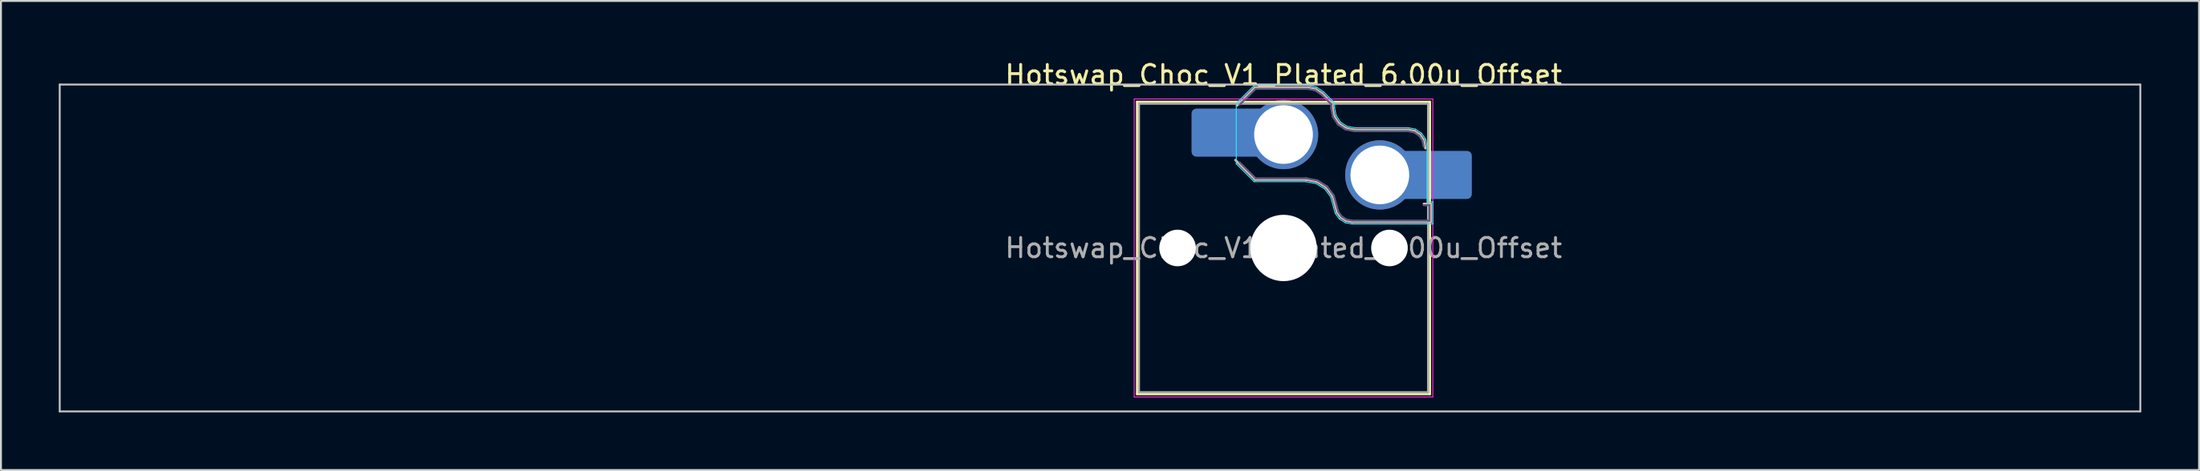
<source format=kicad_pcb>
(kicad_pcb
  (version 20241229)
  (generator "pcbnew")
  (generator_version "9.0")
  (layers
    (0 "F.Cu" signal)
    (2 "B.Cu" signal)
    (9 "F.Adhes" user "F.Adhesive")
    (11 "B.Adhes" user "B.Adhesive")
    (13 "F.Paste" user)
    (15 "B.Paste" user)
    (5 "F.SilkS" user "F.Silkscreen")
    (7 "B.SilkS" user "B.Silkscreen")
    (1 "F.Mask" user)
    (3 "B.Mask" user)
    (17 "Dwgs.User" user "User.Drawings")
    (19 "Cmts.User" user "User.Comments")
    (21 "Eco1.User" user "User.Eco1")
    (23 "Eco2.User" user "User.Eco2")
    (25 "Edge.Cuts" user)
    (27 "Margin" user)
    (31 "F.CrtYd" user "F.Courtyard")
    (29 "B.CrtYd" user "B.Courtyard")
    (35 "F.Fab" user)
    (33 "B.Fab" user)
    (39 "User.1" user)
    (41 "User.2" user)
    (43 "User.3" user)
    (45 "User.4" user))
  (footprint "Hotswap_Choc_V1_Plated_6.00u_Offset"
    (layer "F.Cu")
    (at 63.575 9.848)
    (property "Reference" "Hotswap_Choc_V1_Plated_6.00u_Offset" (at 0 -9 0) (layer "F.SilkS") (effects (font (size 1 1) (thickness 0.15))))
    (attr smd allow_soldermask_bridges)
    (fp_line (start -7.6 -7.6) (end -7.6 7.6) (stroke (width 0.12) (type solid)) (layer "F.SilkS"))
    (fp_line (start -7.6 7.6) (end 7.6 7.6) (stroke (width 0.12) (type solid)) (layer "F.SilkS"))
    (fp_line (start 7.6 -7.6) (end -7.6 -7.6) (stroke (width 0.12) (type solid)) (layer "F.SilkS"))
    (fp_line (start 7.6 7.6) (end 7.6 -7.6) (stroke (width 0.12) (type solid)) (layer "F.SilkS"))
    (fp_line (start -2.416 -7.409) (end -1.479 -8.346) (stroke (width 0.12) (type solid)) (layer "B.SilkS"))
    (fp_line (start -1.479 -8.346) (end 1.268 -8.346) (stroke (width 0.12) (type solid)) (layer "B.SilkS"))
    (fp_line (start -1.479 -3.554) (end -2.5 -4.575) (stroke (width 0.12) (type solid)) (layer "B.SilkS"))
    (fp_line (start 1.168 -3.554) (end -1.479 -3.554) (stroke (width 0.12) (type solid)) (layer "B.SilkS"))
    (fp_line (start 1.268 -8.346) (end 1.671 -8.266) (stroke (width 0.12) (type solid)) (layer "B.SilkS"))
    (fp_line (start 1.671 -8.266) (end 2.013 -8.037) (stroke (width 0.12) (type solid)) (layer "B.SilkS"))
    (fp_line (start 1.73 -3.449) (end 1.168 -3.554) (stroke (width 0.12) (type solid)) (layer "B.SilkS"))
    (fp_line (start 2.013 -8.037) (end 2.546 -7.504) (stroke (width 0.12) (type solid)) (layer "B.SilkS"))
    (fp_line (start 2.209 -3.15) (end 1.73 -3.449) (stroke (width 0.12) (type solid)) (layer "B.SilkS"))
    (fp_line (start 2.546 -7.504) (end 2.546 -7.282) (stroke (width 0.12) (type solid)) (layer "B.SilkS"))
    (fp_line (start 2.546 -7.282) (end 2.633 -6.844) (stroke (width 0.12) (type solid)) (layer "B.SilkS"))
    (fp_line (start 2.547 -2.697) (end 2.209 -3.15) (stroke (width 0.12) (type solid)) (layer "B.SilkS"))
    (fp_line (start 2.633 -6.844) (end 2.877 -6.477) (stroke (width 0.12) (type solid)) (layer "B.SilkS"))
    (fp_line (start 2.701 -2.139) (end 2.547 -2.697) (stroke (width 0.12) (type solid)) (layer "B.SilkS"))
    (fp_line (start 2.783 -1.841) (end 2.701 -2.139) (stroke (width 0.12) (type solid)) (layer "B.SilkS"))
    (fp_line (start 2.877 -6.477) (end 3.244 -6.233) (stroke (width 0.12) (type solid)) (layer "B.SilkS"))
    (fp_line (start 2.976 -1.583) (end 2.783 -1.841) (stroke (width 0.12) (type solid)) (layer "B.SilkS"))
    (fp_line (start 3.244 -6.233) (end 3.682 -6.146) (stroke (width 0.12) (type solid)) (layer "B.SilkS"))
    (fp_line (start 3.25 -1.413) (end 2.976 -1.583) (stroke (width 0.12) (type solid)) (layer "B.SilkS"))
    (fp_line (start 3.56 -1.354) (end 3.25 -1.413) (stroke (width 0.12) (type solid)) (layer "B.SilkS"))
    (fp_line (start 3.682 -6.146) (end 6.482 -6.146) (stroke (width 0.12) (type solid)) (layer "B.SilkS"))
    (fp_line (start 6.482 -6.146) (end 6.809 -6.081) (stroke (width 0.12) (type solid)) (layer "B.SilkS"))
    (fp_line (start 6.809 -6.081) (end 7.092 -5.892) (stroke (width 0.12) (type solid)) (layer "B.SilkS"))
    (fp_line (start 7.092 -5.892) (end 7.281 -5.609) (stroke (width 0.12) (type solid)) (layer "B.SilkS"))
    (fp_line (start 7.281 -5.609) (end 7.366 -5.182) (stroke (width 0.12) (type solid)) (layer "B.SilkS"))
    (fp_line (start 7.283 -2.296) (end 7.646 -2.296) (stroke (width 0.12) (type solid)) (layer "B.SilkS"))
    (fp_line (start 7.646 -2.296) (end 7.646 -1.354) (stroke (width 0.12) (type solid)) (layer "B.SilkS"))
    (fp_line (start 7.646 -1.354) (end 3.56 -1.354) (stroke (width 0.12) (type solid)) (layer "B.SilkS"))
    (fp_line (start -63.525 -8.5) (end -63.525 8.5) (stroke (width 0.1) (type solid)) (layer "Dwgs.User"))
    (fp_line (start -63.525 8.5) (end 44.475 8.5) (stroke (width 0.1) (type solid)) (layer "Dwgs.User"))
    (fp_line (start 44.475 -8.5) (end -63.525 -8.5) (stroke (width 0.1) (type solid)) (layer "Dwgs.User"))
    (fp_line (start 44.475 8.5) (end 44.475 -8.5) (stroke (width 0.1) (type solid)) (layer "Dwgs.User"))
    (fp_line (start -7.25 -7.25) (end -7.25 7.25) (stroke (width 0.1) (type solid)) (layer "Eco1.User"))
    (fp_line (start -7.25 7.25) (end 7.25 7.25) (stroke (width 0.1) (type solid)) (layer "Eco1.User"))
    (fp_line (start 7.25 -7.25) (end -7.25 -7.25) (stroke (width 0.1) (type solid)) (layer "Eco1.User"))
    (fp_line (start 7.25 7.25) (end 7.25 -7.25) (stroke (width 0.1) (type solid)) (layer "Eco1.User"))
    (fp_line (start -2.452 -7.523) (end -1.523 -8.452) (stroke (width 0.05) (type solid)) (layer "B.CrtYd"))
    (fp_line (start -2.452 -4.377) (end -2.452 -7.523) (stroke (width 0.05) (type solid)) (layer "B.CrtYd"))
    (fp_line (start -1.523 -8.452) (end 1.278 -8.452) (stroke (width 0.05) (type solid)) (layer "B.CrtYd"))
    (fp_line (start -1.523 -3.448) (end -2.452 -4.377) (stroke (width 0.05) (type solid)) (layer "B.CrtYd"))
    (fp_line (start 1.159 -3.448) (end -1.523 -3.448) (stroke (width 0.05) (type solid)) (layer "B.CrtYd"))
    (fp_line (start 1.278 -8.452) (end 1.712 -8.366) (stroke (width 0.05) (type solid)) (layer "B.CrtYd"))
    (fp_line (start 1.691 -3.348) (end 1.159 -3.448) (stroke (width 0.05) (type solid)) (layer "B.CrtYd"))
    (fp_line (start 1.712 -8.366) (end 2.081 -8.119) (stroke (width 0.05) (type solid)) (layer "B.CrtYd"))
    (fp_line (start 2.081 -8.119) (end 2.652 -7.548) (stroke (width 0.05) (type solid)) (layer "B.CrtYd"))
    (fp_line (start 2.136 -3.071) (end 1.691 -3.348) (stroke (width 0.05) (type solid)) (layer "B.CrtYd"))
    (fp_line (start 2.45 -2.65) (end 2.136 -3.071) (stroke (width 0.05) (type solid)) (layer "B.CrtYd"))
    (fp_line (start 2.599 -2.111) (end 2.45 -2.65) (stroke (width 0.05) (type solid)) (layer "B.CrtYd"))
    (fp_line (start 2.652 -7.548) (end 2.652 -7.292) (stroke (width 0.05) (type solid)) (layer "B.CrtYd"))
    (fp_line (start 2.652 -7.292) (end 2.733 -6.885) (stroke (width 0.05) (type solid)) (layer "B.CrtYd"))
    (fp_line (start 2.687 -1.794) (end 2.599 -2.111) (stroke (width 0.05) (type solid)) (layer "B.CrtYd"))
    (fp_line (start 2.733 -6.885) (end 2.953 -6.553) (stroke (width 0.05) (type solid)) (layer "B.CrtYd"))
    (fp_line (start 2.903 -1.503) (end 2.687 -1.794) (stroke (width 0.05) (type solid)) (layer "B.CrtYd"))
    (fp_line (start 2.953 -6.553) (end 3.285 -6.333) (stroke (width 0.05) (type solid)) (layer "B.CrtYd"))
    (fp_line (start 3.211 -1.312) (end 2.903 -1.503) (stroke (width 0.05) (type solid)) (layer "B.CrtYd"))
    (fp_line (start 3.285 -6.333) (end 3.692 -6.252) (stroke (width 0.05) (type solid)) (layer "B.CrtYd"))
    (fp_line (start 3.55 -1.248) (end 3.211 -1.312) (stroke (width 0.05) (type solid)) (layer "B.CrtYd"))
    (fp_line (start 3.692 -6.252) (end 6.492 -6.252) (stroke (width 0.05) (type solid)) (layer "B.CrtYd"))
    (fp_line (start 6.492 -6.252) (end 6.85 -6.181) (stroke (width 0.05) (type solid)) (layer "B.CrtYd"))
    (fp_line (start 6.85 -6.181) (end 7.168 -5.968) (stroke (width 0.05) (type solid)) (layer "B.CrtYd"))
    (fp_line (start 7.168 -5.968) (end 7.381 -5.65) (stroke (width 0.05) (type solid)) (layer "B.CrtYd"))
    (fp_line (start 7.381 -5.65) (end 7.452 -5.292) (stroke (width 0.05) (type solid)) (layer "B.CrtYd"))
    (fp_line (start 7.452 -5.292) (end 7.452 -2.402) (stroke (width 0.05) (type solid)) (layer "B.CrtYd"))
    (fp_line (start 7.452 -2.402) (end 7.752 -2.402) (stroke (width 0.05) (type solid)) (layer "B.CrtYd"))
    (fp_line (start 7.752 -2.402) (end 7.752 -1.248) (stroke (width 0.05) (type solid)) (layer "B.CrtYd"))
    (fp_line (start 7.752 -1.248) (end 3.55 -1.248) (stroke (width 0.05) (type solid)) (layer "B.CrtYd"))
    (fp_line (start -7.75 -7.75) (end -7.75 7.75) (stroke (width 0.05) (type solid)) (layer "F.CrtYd"))
    (fp_line (start -7.75 7.75) (end 7.75 7.75) (stroke (width 0.05) (type solid)) (layer "F.CrtYd"))
    (fp_line (start 7.75 -7.75) (end -7.75 -7.75) (stroke (width 0.05) (type solid)) (layer "F.CrtYd"))
    (fp_line (start 7.75 7.75) (end 7.75 -7.75) (stroke (width 0.05) (type solid)) (layer "F.CrtYd"))
    (fp_line (start -2.275 -7.45) (end -1.45 -8.275) (stroke (width 0.1) (type solid)) (layer "B.Fab"))
    (fp_line (start -1.45 -8.275) (end 1.261 -8.275) (stroke (width 0.1) (type solid)) (layer "B.Fab"))
    (fp_line (start -1.45 -3.625) (end -2.275 -4.45) (stroke (width 0.1) (type solid)) (layer "B.Fab"))
    (fp_line (start 1.175 -3.625) (end -1.45 -3.625) (stroke (width 0.1) (type solid)) (layer "B.Fab"))
    (fp_line (start 1.261 -8.275) (end 1.643 -8.199) (stroke (width 0.1) (type solid)) (layer "B.Fab"))
    (fp_line (start 1.643 -8.199) (end 1.968 -7.982) (stroke (width 0.1) (type solid)) (layer "B.Fab"))
    (fp_line (start 1.756 -3.516) (end 1.175 -3.625) (stroke (width 0.1) (type solid)) (layer "B.Fab"))
    (fp_line (start 1.968 -7.982) (end 2.475 -7.475) (stroke (width 0.1) (type solid)) (layer "B.Fab"))
    (fp_line (start 2.258 -3.203) (end 1.756 -3.516) (stroke (width 0.1) (type solid)) (layer "B.Fab"))
    (fp_line (start 2.475 -7.475) (end 2.475 -7.275) (stroke (width 0.1) (type solid)) (layer "B.Fab"))
    (fp_line (start 2.475 -7.275) (end 2.566 -6.816) (stroke (width 0.1) (type solid)) (layer "B.Fab"))
    (fp_line (start 2.566 -6.816) (end 2.826 -6.426) (stroke (width 0.1) (type solid)) (layer "B.Fab"))
    (fp_line (start 2.612 -2.729) (end 2.258 -3.203) (stroke (width 0.1) (type solid)) (layer "B.Fab"))
    (fp_line (start 2.769 -2.158) (end 2.612 -2.729) (stroke (width 0.1) (type solid)) (layer "B.Fab"))
    (fp_line (start 2.826 -6.426) (end 3.216 -6.166) (stroke (width 0.1) (type solid)) (layer "B.Fab"))
    (fp_line (start 2.848 -1.873) (end 2.769 -2.158) (stroke (width 0.1) (type solid)) (layer "B.Fab"))
    (fp_line (start 3.025 -1.636) (end 2.848 -1.873) (stroke (width 0.1) (type solid)) (layer "B.Fab"))
    (fp_line (start 3.216 -6.166) (end 3.675 -6.075) (stroke (width 0.1) (type solid)) (layer "B.Fab"))
    (fp_line (start 3.276 -1.48) (end 3.025 -1.636) (stroke (width 0.1) (type solid)) (layer "B.Fab"))
    (fp_line (start 3.567 -1.425) (end 3.276 -1.48) (stroke (width 0.1) (type solid)) (layer "B.Fab"))
    (fp_line (start 3.675 -6.075) (end 6.475 -6.075) (stroke (width 0.1) (type solid)) (layer "B.Fab"))
    (fp_line (start 6.475 -6.075) (end 6.781 -6.014) (stroke (width 0.1) (type solid)) (layer "B.Fab"))
    (fp_line (start 6.781 -6.014) (end 7.041 -5.841) (stroke (width 0.1) (type solid)) (layer "B.Fab"))
    (fp_line (start 7.041 -5.841) (end 7.214 -5.581) (stroke (width 0.1) (type solid)) (layer "B.Fab"))
    (fp_line (start 7.214 -5.581) (end 7.275 -5.275) (stroke (width 0.1) (type solid)) (layer "B.Fab"))
    (fp_line (start 7.275 -2.225) (end 7.575 -2.225) (stroke (width 0.1) (type solid)) (layer "B.Fab"))
    (fp_line (start 7.575 -2.225) (end 7.575 -1.425) (stroke (width 0.1) (type solid)) (layer "B.Fab"))
    (fp_line (start 7.575 -1.425) (end 3.567 -1.425) (stroke (width 0.1) (type solid)) (layer "B.Fab"))
    (fp_line (start -7.5 -7.5) (end -7.5 7.5) (stroke (width 0.1) (type solid)) (layer "F.Fab"))
    (fp_line (start -7.5 7.5) (end 7.5 7.5) (stroke (width 0.1) (type solid)) (layer "F.Fab"))
    (fp_line (start 7.5 -7.5) (end -7.5 -7.5) (stroke (width 0.1) (type solid)) (layer "F.Fab"))
    (fp_line (start 7.5 7.5) (end 7.5 -7.5) (stroke (width 0.1) (type solid)) (layer "F.Fab"))
    (fp_text user "${REFERENCE}" (at 0 0 0) (layer "F.Fab") (effects (font (size 1 1) (thickness 0.15))))
    (pad "" np_thru_hole circle (at -5.5 0) (size 1.9 1.9) (drill 1.9) (layers "*.Cu" "*.Mask"))
    (pad "" smd roundrect (at -3.5 -6) (size 2.55 2.5) (layers "B.Mask" "B.Paste") (roundrect_rratio 0.1))
    (pad "" np_thru_hole circle (at 0 0) (size 3.45 3.45) (drill 3.45) (layers "*.Cu" "*.Mask"))
    (pad "" np_thru_hole circle (at 5.5 0) (size 1.9 1.9) (drill 1.9) (layers "*.Cu" "*.Mask"))
    (pad "" smd roundrect (at 8.5 -3.8) (size 2.55 2.5) (layers "B.Mask" "B.Paste") (roundrect_rratio 0.1))
    (pad "1" smd roundrect (at -2.85 -6) (size 3.85 2.5) (layers "B.Cu") (roundrect_rratio 0.1))
    (pad "1" thru_hole circle (at 0 -5.9) (size 3.6 3.6) (drill 3.05) (layers "*.Cu" "*.Mask"))
    (pad "2" thru_hole circle (at 5 -3.8) (size 3.6 3.6) (drill 3.05) (layers "*.Cu" "*.Mask"))
    (pad "2" smd roundrect (at 7.85 -3.8) (size 3.85 2.5) (layers "B.Cu") (roundrect_rratio 0.1)))
  (gr_rect
    (start -3 -3)
    (end 111.1 21.398)
    (stroke (width 0.1) (type default))
    (fill no)
    (layer "Edge.Cuts")))
</source>
